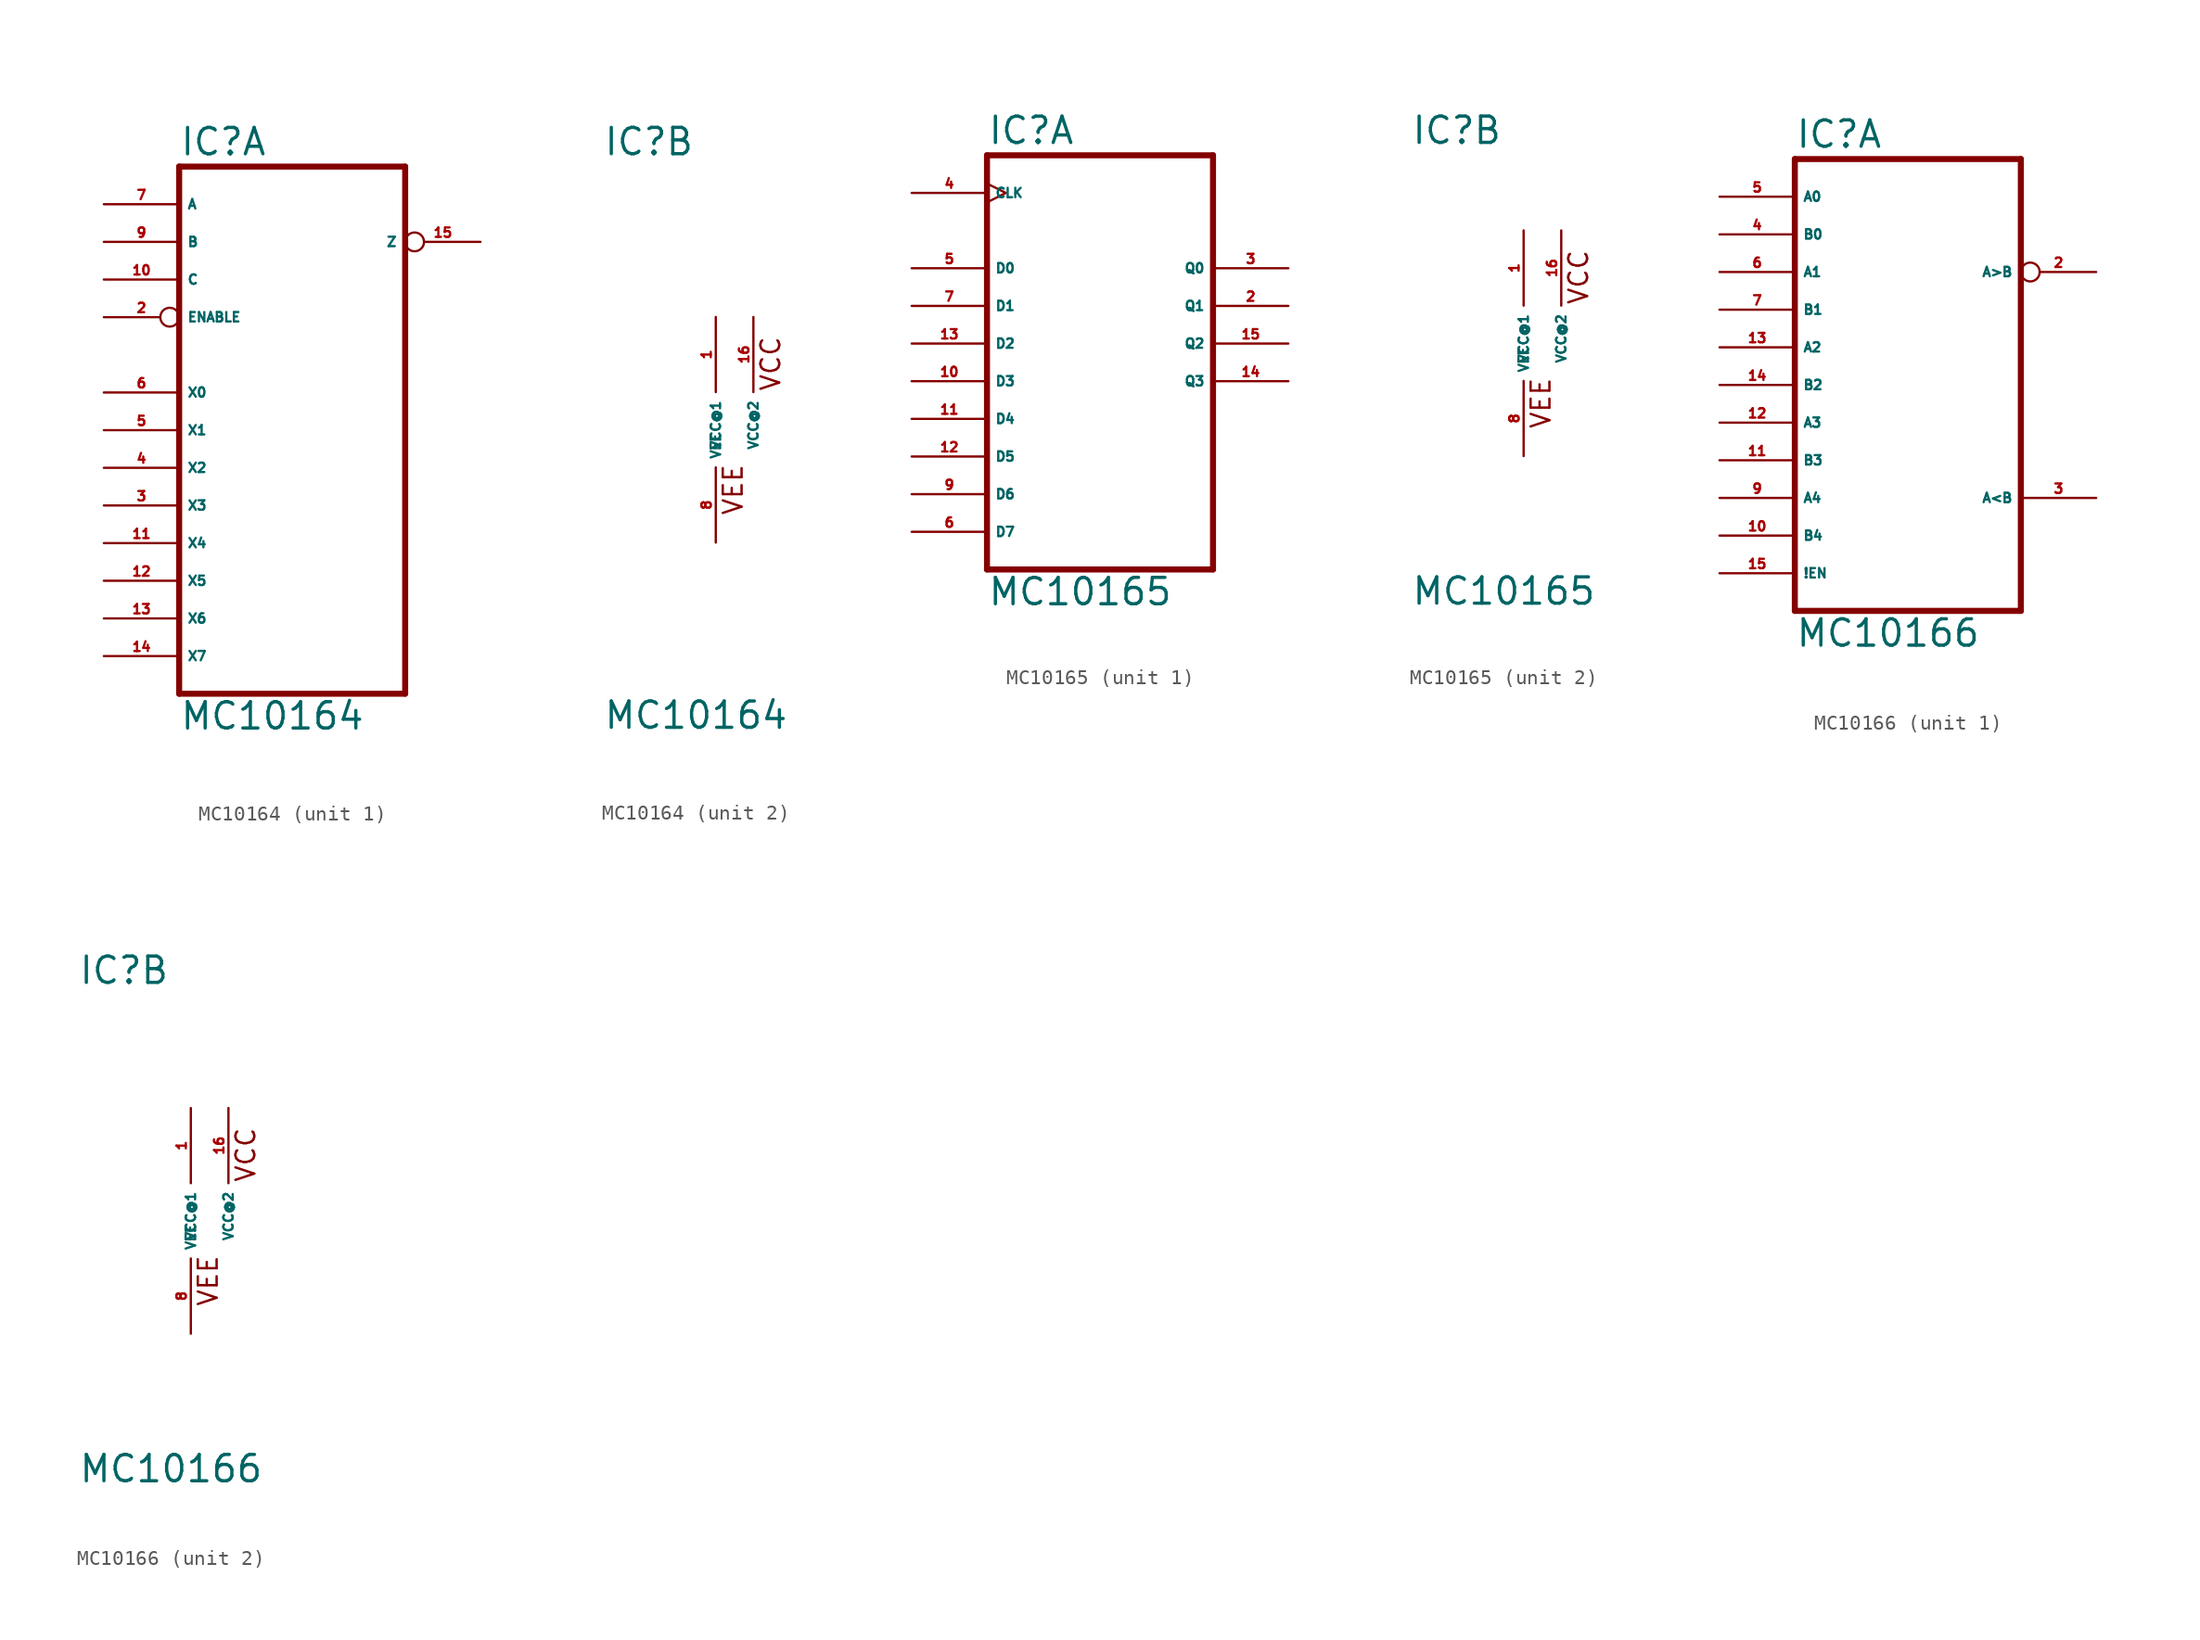
<source format=kicad_sym>
(kicad_symbol_lib
  (version 20220914)
  (generator Eagle2Kicad)
  (symbol "MC10164"
    (property "Reference" "IC"
      (at -7.62 18.415 0)
      (effects (font (size 1.778 1.778) (thickness 0.22)) (justify left bottom)))
    (property "Value" "MC10164"
      (at -7.62 -20.32 0)
      (effects (font (size 1.778 1.778) (thickness 0.22)) (justify left bottom)))
    (symbol "MC10164_1_0"
      (polyline (pts (xy -7.62 -17.78) (xy 7.62 -17.78)) (stroke (width 0.406) (type default)) (fill (type none)))
      (polyline (pts (xy 7.62 -17.78) (xy 7.62 17.78)) (stroke (width 0.406) (type default)) (fill (type none)))
      (polyline (pts (xy 7.62 17.78) (xy -7.62 17.78)) (stroke (width 0.406) (type default)) (fill (type none)))
      (polyline (pts (xy -7.62 17.78) (xy -7.62 -17.78)) (stroke (width 0.406) (type default)) (fill (type none)))
      (pin input inverted (at -12.7 7.62 0) (length 5.08) (name "ENABLE" (effects (font (size 0.635 0.635) (thickness 0.08)) (justify left bottom))) (number "2" (effects (font (size 0.635 0.635) (thickness 0.08)) (justify left bottom))))
      (pin input line (at -12.7 -5.08 0) (length 5.08) (name "X3" (effects (font (size 0.635 0.635) (thickness 0.08)) (justify left bottom))) (number "3" (effects (font (size 0.635 0.635) (thickness 0.08)) (justify left bottom))))
      (pin input line (at -12.7 -2.54 0) (length 5.08) (name "X2" (effects (font (size 0.635 0.635) (thickness 0.08)) (justify left bottom))) (number "4" (effects (font (size 0.635 0.635) (thickness 0.08)) (justify left bottom))))
      (pin input line (at -12.7 0 0) (length 5.08) (name "X1" (effects (font (size 0.635 0.635) (thickness 0.08)) (justify left bottom))) (number "5" (effects (font (size 0.635 0.635) (thickness 0.08)) (justify left bottom))))
      (pin input line (at -12.7 2.54 0) (length 5.08) (name "X0" (effects (font (size 0.635 0.635) (thickness 0.08)) (justify left bottom))) (number "6" (effects (font (size 0.635 0.635) (thickness 0.08)) (justify left bottom))))
      (pin input line (at -12.7 15.24 0) (length 5.08) (name "A" (effects (font (size 0.635 0.635) (thickness 0.08)) (justify left bottom))) (number "7" (effects (font (size 0.635 0.635) (thickness 0.08)) (justify left bottom))))
      (pin input line (at -12.7 12.7 0) (length 5.08) (name "B" (effects (font (size 0.635 0.635) (thickness 0.08)) (justify left bottom))) (number "9" (effects (font (size 0.635 0.635) (thickness 0.08)) (justify left bottom))))
      (pin input line (at -12.7 10.16 0) (length 5.08) (name "C" (effects (font (size 0.635 0.635) (thickness 0.08)) (justify left bottom))) (number "10" (effects (font (size 0.635 0.635) (thickness 0.08)) (justify left bottom))))
      (pin input line (at -12.7 -7.62 0) (length 5.08) (name "X4" (effects (font (size 0.635 0.635) (thickness 0.08)) (justify left bottom))) (number "11" (effects (font (size 0.635 0.635) (thickness 0.08)) (justify left bottom))))
      (pin input line (at -12.7 -10.16 0) (length 5.08) (name "X5" (effects (font (size 0.635 0.635) (thickness 0.08)) (justify left bottom))) (number "12" (effects (font (size 0.635 0.635) (thickness 0.08)) (justify left bottom))))
      (pin input line (at -12.7 -12.7 0) (length 5.08) (name "X6" (effects (font (size 0.635 0.635) (thickness 0.08)) (justify left bottom))) (number "13" (effects (font (size 0.635 0.635) (thickness 0.08)) (justify left bottom))))
      (pin input line (at -12.7 -15.24 0) (length 5.08) (name "X7" (effects (font (size 0.635 0.635) (thickness 0.08)) (justify left bottom))) (number "14" (effects (font (size 0.635 0.635) (thickness 0.08)) (justify left bottom))))
      (pin output inverted (at 12.7 12.7 180) (length 5.08) (name "Z" (effects (font (size 0.635 0.635) (thickness 0.08)) (justify left bottom))) (number "15" (effects (font (size 0.635 0.635) (thickness 0.08)) (justify left bottom)))))
    (symbol "MC10164_2_0"
      (text "VCC" (at 4.445 2.54 900) (effects (font (size 1.27 1.27) (thickness 0.16)) (justify left bottom)))
      (text "VEE" (at 1.905 -5.842 900) (effects (font (size 1.27 1.27) (thickness 0.16)) (justify left bottom)))
      (pin unspecified line (at 0 -7.62 90) (length 5.08) (name "VEE" (effects (font (size 0.635 0.635) (thickness 0.08)) (justify left bottom))) (number "8" (effects (font (size 0.635 0.635) (thickness 0.08)) (justify left bottom))))
      (pin unspecified line (at 0 7.62 270) (length 5.08) (name "VCC@1" (effects (font (size 0.635 0.635) (thickness 0.08)) (justify left bottom))) (number "1" (effects (font (size 0.635 0.635) (thickness 0.08)) (justify left bottom))))
      (pin unspecified line (at 2.54 7.62 270) (length 5.08) (name "VCC@2" (effects (font (size 0.635 0.635) (thickness 0.08)) (justify left bottom))) (number "16" (effects (font (size 0.635 0.635) (thickness 0.08)) (justify left bottom))))))
  (symbol "MC10165"
    (property "Reference" "IC"
      (at -7.62 13.335 0)
      (effects (font (size 1.778 1.778) (thickness 0.22)) (justify left bottom)))
    (property "Value" "MC10165"
      (at -7.62 -17.78 0)
      (effects (font (size 1.778 1.778) (thickness 0.22)) (justify left bottom)))
    (symbol "MC10165_1_0"
      (polyline (pts (xy -7.62 -15.24) (xy 7.62 -15.24)) (stroke (width 0.406) (type default)) (fill (type none)))
      (polyline (pts (xy 7.62 -15.24) (xy 7.62 12.7)) (stroke (width 0.406) (type default)) (fill (type none)))
      (polyline (pts (xy 7.62 12.7) (xy -7.62 12.7)) (stroke (width 0.406) (type default)) (fill (type none)))
      (polyline (pts (xy -7.62 12.7) (xy -7.62 -15.24)) (stroke (width 0.406) (type default)) (fill (type none)))
      (pin output line (at 12.7 2.54 180) (length 5.08) (name "Q1" (effects (font (size 0.635 0.635) (thickness 0.08)) (justify left bottom))) (number "2" (effects (font (size 0.635 0.635) (thickness 0.08)) (justify left bottom))))
      (pin output line (at 12.7 5.08 180) (length 5.08) (name "Q0" (effects (font (size 0.635 0.635) (thickness 0.08)) (justify left bottom))) (number "3" (effects (font (size 0.635 0.635) (thickness 0.08)) (justify left bottom))))
      (pin input clock (at -12.7 10.16 0) (length 5.08) (name "CLK" (effects (font (size 0.635 0.635) (thickness 0.08)) (justify left bottom))) (number "4" (effects (font (size 0.635 0.635) (thickness 0.08)) (justify left bottom))))
      (pin input line (at -12.7 5.08 0) (length 5.08) (name "D0" (effects (font (size 0.635 0.635) (thickness 0.08)) (justify left bottom))) (number "5" (effects (font (size 0.635 0.635) (thickness 0.08)) (justify left bottom))))
      (pin input line (at -12.7 -12.7 0) (length 5.08) (name "D7" (effects (font (size 0.635 0.635) (thickness 0.08)) (justify left bottom))) (number "6" (effects (font (size 0.635 0.635) (thickness 0.08)) (justify left bottom))))
      (pin input line (at -12.7 2.54 0) (length 5.08) (name "D1" (effects (font (size 0.635 0.635) (thickness 0.08)) (justify left bottom))) (number "7" (effects (font (size 0.635 0.635) (thickness 0.08)) (justify left bottom))))
      (pin input line (at -12.7 -10.16 0) (length 5.08) (name "D6" (effects (font (size 0.635 0.635) (thickness 0.08)) (justify left bottom))) (number "9" (effects (font (size 0.635 0.635) (thickness 0.08)) (justify left bottom))))
      (pin input line (at -12.7 -2.54 0) (length 5.08) (name "D3" (effects (font (size 0.635 0.635) (thickness 0.08)) (justify left bottom))) (number "10" (effects (font (size 0.635 0.635) (thickness 0.08)) (justify left bottom))))
      (pin input line (at -12.7 -5.08 0) (length 5.08) (name "D4" (effects (font (size 0.635 0.635) (thickness 0.08)) (justify left bottom))) (number "11" (effects (font (size 0.635 0.635) (thickness 0.08)) (justify left bottom))))
      (pin input line (at -12.7 -7.62 0) (length 5.08) (name "D5" (effects (font (size 0.635 0.635) (thickness 0.08)) (justify left bottom))) (number "12" (effects (font (size 0.635 0.635) (thickness 0.08)) (justify left bottom))))
      (pin input line (at -12.7 0 0) (length 5.08) (name "D2" (effects (font (size 0.635 0.635) (thickness 0.08)) (justify left bottom))) (number "13" (effects (font (size 0.635 0.635) (thickness 0.08)) (justify left bottom))))
      (pin output line (at 12.7 -2.54 180) (length 5.08) (name "Q3" (effects (font (size 0.635 0.635) (thickness 0.08)) (justify left bottom))) (number "14" (effects (font (size 0.635 0.635) (thickness 0.08)) (justify left bottom))))
      (pin output line (at 12.7 0 180) (length 5.08) (name "Q2" (effects (font (size 0.635 0.635) (thickness 0.08)) (justify left bottom))) (number "15" (effects (font (size 0.635 0.635) (thickness 0.08)) (justify left bottom)))))
    (symbol "MC10165_2_0"
      (text "VCC" (at 4.445 2.54 900) (effects (font (size 1.27 1.27) (thickness 0.16)) (justify left bottom)))
      (text "VEE" (at 1.905 -5.842 900) (effects (font (size 1.27 1.27) (thickness 0.16)) (justify left bottom)))
      (pin unspecified line (at 0 -7.62 90) (length 5.08) (name "VEE" (effects (font (size 0.635 0.635) (thickness 0.08)) (justify left bottom))) (number "8" (effects (font (size 0.635 0.635) (thickness 0.08)) (justify left bottom))))
      (pin unspecified line (at 0 7.62 270) (length 5.08) (name "VCC@1" (effects (font (size 0.635 0.635) (thickness 0.08)) (justify left bottom))) (number "1" (effects (font (size 0.635 0.635) (thickness 0.08)) (justify left bottom))))
      (pin unspecified line (at 2.54 7.62 270) (length 5.08) (name "VCC@2" (effects (font (size 0.635 0.635) (thickness 0.08)) (justify left bottom))) (number "16" (effects (font (size 0.635 0.635) (thickness 0.08)) (justify left bottom))))))
  (symbol "MC10166"
    (property "Reference" "IC"
      (at -7.62 15.875 0)
      (effects (font (size 1.778 1.778) (thickness 0.22)) (justify left bottom)))
    (property "Value" "MC10166"
      (at -7.62 -17.78 0)
      (effects (font (size 1.778 1.778) (thickness 0.22)) (justify left bottom)))
    (symbol "MC10166_1_0"
      (polyline (pts (xy -7.62 -15.24) (xy 7.62 -15.24)) (stroke (width 0.406) (type default)) (fill (type none)))
      (polyline (pts (xy 7.62 -15.24) (xy 7.62 15.24)) (stroke (width 0.406) (type default)) (fill (type none)))
      (polyline (pts (xy 7.62 15.24) (xy -7.62 15.24)) (stroke (width 0.406) (type default)) (fill (type none)))
      (polyline (pts (xy -7.62 15.24) (xy -7.62 -15.24)) (stroke (width 0.406) (type default)) (fill (type none)))
      (pin output inverted (at 12.7 7.62 180) (length 5.08) (name "A>B" (effects (font (size 0.635 0.635) (thickness 0.08)) (justify left bottom))) (number "2" (effects (font (size 0.635 0.635) (thickness 0.08)) (justify left bottom))))
      (pin output line (at 12.7 -7.62 180) (length 5.08) (name "A<B" (effects (font (size 0.635 0.635) (thickness 0.08)) (justify left bottom))) (number "3" (effects (font (size 0.635 0.635) (thickness 0.08)) (justify left bottom))))
      (pin input line (at -12.7 10.16 0) (length 5.08) (name "B0" (effects (font (size 0.635 0.635) (thickness 0.08)) (justify left bottom))) (number "4" (effects (font (size 0.635 0.635) (thickness 0.08)) (justify left bottom))))
      (pin input line (at -12.7 12.7 0) (length 5.08) (name "A0" (effects (font (size 0.635 0.635) (thickness 0.08)) (justify left bottom))) (number "5" (effects (font (size 0.635 0.635) (thickness 0.08)) (justify left bottom))))
      (pin input line (at -12.7 7.62 0) (length 5.08) (name "A1" (effects (font (size 0.635 0.635) (thickness 0.08)) (justify left bottom))) (number "6" (effects (font (size 0.635 0.635) (thickness 0.08)) (justify left bottom))))
      (pin input line (at -12.7 5.08 0) (length 5.08) (name "B1" (effects (font (size 0.635 0.635) (thickness 0.08)) (justify left bottom))) (number "7" (effects (font (size 0.635 0.635) (thickness 0.08)) (justify left bottom))))
      (pin input line (at -12.7 -7.62 0) (length 5.08) (name "A4" (effects (font (size 0.635 0.635) (thickness 0.08)) (justify left bottom))) (number "9" (effects (font (size 0.635 0.635) (thickness 0.08)) (justify left bottom))))
      (pin input line (at -12.7 -10.16 0) (length 5.08) (name "B4" (effects (font (size 0.635 0.635) (thickness 0.08)) (justify left bottom))) (number "10" (effects (font (size 0.635 0.635) (thickness 0.08)) (justify left bottom))))
      (pin input line (at -12.7 -5.08 0) (length 5.08) (name "B3" (effects (font (size 0.635 0.635) (thickness 0.08)) (justify left bottom))) (number "11" (effects (font (size 0.635 0.635) (thickness 0.08)) (justify left bottom))))
      (pin input line (at -12.7 -2.54 0) (length 5.08) (name "A3" (effects (font (size 0.635 0.635) (thickness 0.08)) (justify left bottom))) (number "12" (effects (font (size 0.635 0.635) (thickness 0.08)) (justify left bottom))))
      (pin input line (at -12.7 2.54 0) (length 5.08) (name "A2" (effects (font (size 0.635 0.635) (thickness 0.08)) (justify left bottom))) (number "13" (effects (font (size 0.635 0.635) (thickness 0.08)) (justify left bottom))))
      (pin input line (at -12.7 0 0) (length 5.08) (name "B2" (effects (font (size 0.635 0.635) (thickness 0.08)) (justify left bottom))) (number "14" (effects (font (size 0.635 0.635) (thickness 0.08)) (justify left bottom))))
      (pin input line (at -12.7 -12.7 0) (length 5.08) (name "!EN" (effects (font (size 0.635 0.635) (thickness 0.08)) (justify left bottom))) (number "15" (effects (font (size 0.635 0.635) (thickness 0.08)) (justify left bottom)))))
    (symbol "MC10166_2_0"
      (text "VCC" (at 4.445 2.54 900) (effects (font (size 1.27 1.27) (thickness 0.16)) (justify left bottom)))
      (text "VEE" (at 1.905 -5.842 900) (effects (font (size 1.27 1.27) (thickness 0.16)) (justify left bottom)))
      (pin unspecified line (at 0 -7.62 90) (length 5.08) (name "VEE" (effects (font (size 0.635 0.635) (thickness 0.08)) (justify left bottom))) (number "8" (effects (font (size 0.635 0.635) (thickness 0.08)) (justify left bottom))))
      (pin unspecified line (at 0 7.62 270) (length 5.08) (name "VCC@1" (effects (font (size 0.635 0.635) (thickness 0.08)) (justify left bottom))) (number "1" (effects (font (size 0.635 0.635) (thickness 0.08)) (justify left bottom))))
      (pin unspecified line (at 2.54 7.62 270) (length 5.08) (name "VCC@2" (effects (font (size 0.635 0.635) (thickness 0.08)) (justify left bottom))) (number "16" (effects (font (size 0.635 0.635) (thickness 0.08)) (justify left bottom)))))))
</source>
